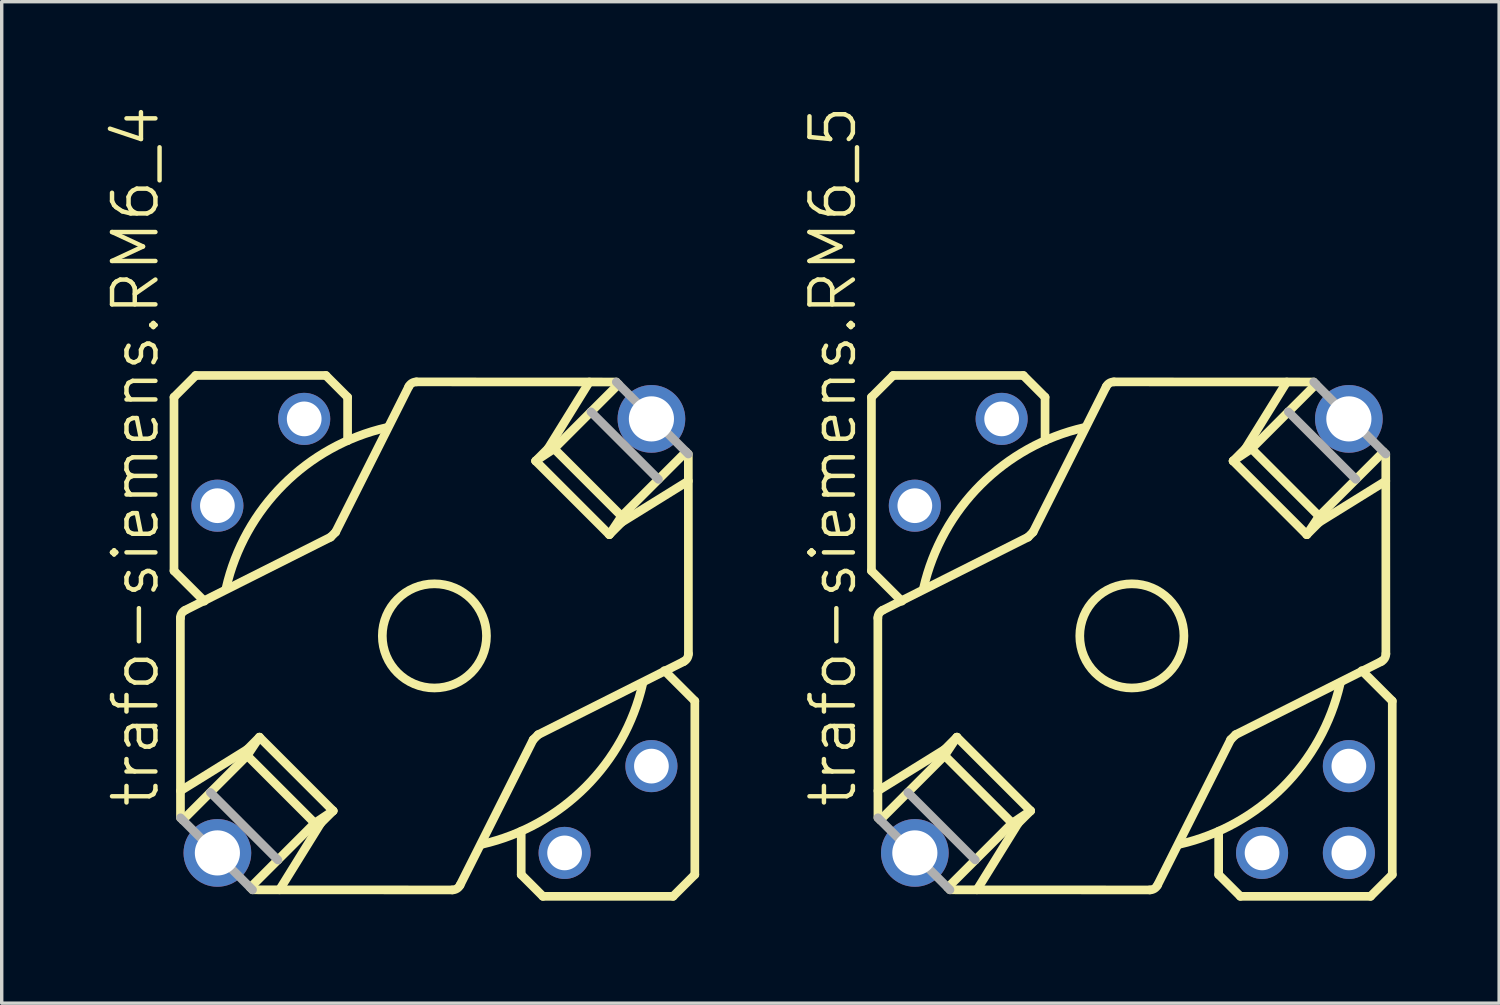
<source format=kicad_pcb>
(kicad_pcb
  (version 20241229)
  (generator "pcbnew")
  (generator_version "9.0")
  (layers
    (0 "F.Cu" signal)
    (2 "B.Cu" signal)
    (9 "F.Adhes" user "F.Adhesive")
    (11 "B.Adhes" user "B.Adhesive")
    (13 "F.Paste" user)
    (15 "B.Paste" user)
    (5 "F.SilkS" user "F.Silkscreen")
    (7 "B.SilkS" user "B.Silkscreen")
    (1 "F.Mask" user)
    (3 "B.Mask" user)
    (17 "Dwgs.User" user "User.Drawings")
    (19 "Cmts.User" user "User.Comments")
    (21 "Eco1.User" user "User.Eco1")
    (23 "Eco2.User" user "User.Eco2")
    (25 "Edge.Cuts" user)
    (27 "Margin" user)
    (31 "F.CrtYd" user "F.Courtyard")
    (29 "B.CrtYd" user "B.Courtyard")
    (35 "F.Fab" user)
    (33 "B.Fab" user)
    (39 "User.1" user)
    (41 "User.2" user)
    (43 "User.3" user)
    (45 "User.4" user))
  (footprint "trafo-siemens.RM6_4"
    (layer "F.Cu")
    (at 9.661 15.557)
    (property "Reference" "trafo-siemens.RM6_4" (at -8.001 5.08 90) (layer "F.SilkS") (effects (font (size 1.27 1.27) (thickness 0.13)) (justify left bottom)))
    (attr through_hole)
    (fp_line (start -7.62 -6.985) (end -6.985 -7.62) (stroke (width 0.254) (type default)) (layer "F.SilkS"))
    (fp_line (start -7.62 -1.905) (end -7.62 -6.985) (stroke (width 0.254) (type default)) (layer "F.SilkS"))
    (fp_line (start -7.62 -1.905) (end -6.731 -1.016) (stroke (width 0.254) (type default)) (layer "F.SilkS"))
    (fp_line (start -7.43 4.533) (end -5.478 3.323) (stroke (width 0.254) (type default)) (layer "F.SilkS"))
    (fp_line (start -7.43 5.322) (end -7.433 -0.524) (stroke (width 0.254) (type default)) (layer "F.SilkS"))
    (fp_line (start -7.293 -0.751) (end -3.037 -2.89) (stroke (width 0.254) (type default)) (layer "F.SilkS"))
    (fp_line (start -6.985 -7.62) (end -3.175 -7.62) (stroke (width 0.254) (type default)) (layer "F.SilkS"))
    (fp_line (start -5.478 3.502) (end -7.364 5.388) (stroke (width 0.254) (type default)) (layer "F.SilkS"))
    (fp_line (start -5.478 3.502) (end -5.119 2.963) (stroke (width 0.254) (type default)) (layer "F.SilkS"))
    (fp_line (start -5.478 3.502) (end -3.502 5.478) (stroke (width 0.254) (type default)) (layer "F.SilkS"))
    (fp_line (start -5.322 7.43) (end 0.524 7.433) (stroke (width 0.254) (type default)) (layer "F.SilkS"))
    (fp_line (start -5.119 2.963) (end -5.478 3.323) (stroke (width 0.254) (type default)) (layer "F.SilkS"))
    (fp_line (start -4.58 6.556) (end -5.388 7.364) (stroke (width 0.254) (type default)) (layer "F.SilkS"))
    (fp_line (start -4.533 7.43) (end -3.323 5.478) (stroke (width 0.254) (type default)) (layer "F.SilkS"))
    (fp_line (start -3.502 5.478) (end -4.58 6.556) (stroke (width 0.254) (type default)) (layer "F.SilkS"))
    (fp_line (start -3.502 5.478) (end -2.963 5.119) (stroke (width 0.254) (type default)) (layer "F.SilkS"))
    (fp_line (start -3.175 -7.62) (end -2.54 -6.985) (stroke (width 0.254) (type default)) (layer "F.SilkS"))
    (fp_line (start -3.037 -2.89) (end -2.89 -3.037) (stroke (width 0.254) (type default)) (layer "F.SilkS"))
    (fp_line (start -2.963 5.119) (end -5.119 2.963) (stroke (width 0.254) (type default)) (layer "F.SilkS"))
    (fp_line (start -2.963 5.119) (end -3.323 5.478) (stroke (width 0.254) (type default)) (layer "F.SilkS"))
    (fp_line (start -2.89 -3.037) (end -0.751 -7.293) (stroke (width 0.254) (type default)) (layer "F.SilkS"))
    (fp_line (start -2.54 -6.985) (end -2.54 -5.715) (stroke (width 0.254) (type default)) (layer "F.SilkS"))
    (fp_line (start -0.524 -7.433) (end 5.322 -7.43) (stroke (width 0.254) (type default)) (layer "F.SilkS"))
    (fp_line (start 0.751 7.293) (end 2.89 3.037) (stroke (width 0.254) (type default)) (layer "F.SilkS"))
    (fp_line (start 2.54 6.985) (end 2.54 5.715) (stroke (width 0.254) (type default)) (layer "F.SilkS"))
    (fp_line (start 2.89 3.037) (end 3.037 2.89) (stroke (width 0.254) (type default)) (layer "F.SilkS"))
    (fp_line (start 2.963 -5.119) (end 3.323 -5.478) (stroke (width 0.254) (type default)) (layer "F.SilkS"))
    (fp_line (start 3.037 2.89) (end 7.293 0.751) (stroke (width 0.254) (type default)) (layer "F.SilkS"))
    (fp_line (start 3.175 7.62) (end 2.54 6.985) (stroke (width 0.254) (type default)) (layer "F.SilkS"))
    (fp_line (start 3.502 -5.478) (end 2.963 -5.119) (stroke (width 0.254) (type default)) (layer "F.SilkS"))
    (fp_line (start 3.502 -5.478) (end 4.58 -6.556) (stroke (width 0.254) (type default)) (layer "F.SilkS"))
    (fp_line (start 3.502 -5.478) (end 5.478 -3.502) (stroke (width 0.254) (type default)) (layer "F.SilkS"))
    (fp_line (start 4.533 -7.43) (end 3.323 -5.478) (stroke (width 0.254) (type default)) (layer "F.SilkS"))
    (fp_line (start 4.58 -6.556) (end 5.388 -7.364) (stroke (width 0.254) (type default)) (layer "F.SilkS"))
    (fp_line (start 5.119 -2.963) (end 2.963 -5.119) (stroke (width 0.254) (type default)) (layer "F.SilkS"))
    (fp_line (start 5.119 -2.963) (end 5.478 -3.323) (stroke (width 0.254) (type default)) (layer "F.SilkS"))
    (fp_line (start 5.478 -3.502) (end 5.119 -2.963) (stroke (width 0.254) (type default)) (layer "F.SilkS"))
    (fp_line (start 5.478 -3.502) (end 7.364 -5.388) (stroke (width 0.254) (type default)) (layer "F.SilkS"))
    (fp_line (start 6.985 7.62) (end 3.175 7.62) (stroke (width 0.254) (type default)) (layer "F.SilkS"))
    (fp_line (start 7.43 -4.533) (end 5.478 -3.323) (stroke (width 0.254) (type default)) (layer "F.SilkS"))
    (fp_line (start 7.433 0.524) (end 7.43 -5.322) (stroke (width 0.254) (type default)) (layer "F.SilkS"))
    (fp_line (start 7.62 1.905) (end 6.731 1.016) (stroke (width 0.254) (type default)) (layer "F.SilkS"))
    (fp_line (start 7.62 1.905) (end 7.62 6.985) (stroke (width 0.254) (type default)) (layer "F.SilkS"))
    (fp_line (start 7.62 6.985) (end 6.985 7.62) (stroke (width 0.254) (type default)) (layer "F.SilkS"))
    (fp_arc (start -7.4326 -0.5243) (mid -7.394802 -0.657701) (end -7.2926 -0.7514) (stroke (width 0.254) (type default)) (layer "F.SilkS"))
    (fp_arc (start -6.096 -1.397) (mid -4.422263 -4.422263) (end -1.397 -6.096) (stroke (width 0.254) (type default)) (layer "F.SilkS"))
    (fp_arc (start -0.7514 -7.2926) (mid -0.65773 -7.394902) (end -0.5243 -7.4328) (stroke (width 0.254) (type default)) (layer "F.SilkS"))
    (fp_arc (start 0.7513 7.2926) (mid 0.657653 7.39479) (end 0.5243 7.4326) (stroke (width 0.254) (type default)) (layer "F.SilkS"))
    (fp_arc (start 6.096 1.397) (mid 4.422263 4.422263) (end 1.397 6.096) (stroke (width 0.254) (type default)) (layer "F.SilkS"))
    (fp_arc (start 7.4327 0.5243) (mid 7.394844 0.657711) (end 7.2926 0.7514) (stroke (width 0.254) (type default)) (layer "F.SilkS"))
    (fp_circle (center 0 0) (end 1.524 0) (stroke (width 0.254) (type default)) (fill no) (layer "F.SilkS"))
    (fp_line (start -7.43 5.322) (end -5.322 7.43) (stroke (width 0.254) (type default)) (layer "F.Fab"))
    (fp_line (start -4.58 6.556) (end -6.556 4.58) (stroke (width 0.254) (type default)) (layer "F.Fab"))
    (fp_line (start 5.322 -7.43) (end 7.43 -5.322) (stroke (width 0.254) (type default)) (layer "F.Fab"))
    (fp_line (start 6.556 -4.58) (end 4.58 -6.556) (stroke (width 0.254) (type default)) (layer "F.Fab"))
    (pad "2" thru_hole circle (at 6.35 3.81) (size 1.524 1.524) (drill 1.016) (layers "*.Cu" "*.Mask"))
    (pad "3" thru_hole circle (at -3.81 -6.35) (size 1.524 1.524) (drill 1.016) (layers "*.Cu" "*.Mask"))
    (pad "5" thru_hole circle (at -6.35 -3.81) (size 1.524 1.524) (drill 1.016) (layers "*.Cu" "*.Mask"))
    (pad "6" thru_hole circle (at 3.81 6.35) (size 1.524 1.524) (drill 1.016) (layers "*.Cu" "*.Mask"))
    (pad "M" thru_hole circle (at -6.35 6.35) (size 1.981 1.981) (drill 1.321) (layers "*.Cu" "*.Mask"))
    (pad "M1" thru_hole circle (at 6.35 -6.35) (size 1.981 1.981) (drill 1.321) (layers "*.Cu" "*.Mask")))
  (footprint "trafo-siemens.RM6_5"
    (layer "F.Cu")
    (at 30.069 15.557)
    (property "Reference" "trafo-siemens.RM6_5" (at -8.001 5.08 90) (layer "F.SilkS") (effects (font (size 1.27 1.27) (thickness 0.13)) (justify left bottom)))
    (attr through_hole)
    (fp_line (start -7.62 -6.985) (end -6.985 -7.62) (stroke (width 0.254) (type default)) (layer "F.SilkS"))
    (fp_line (start -7.62 -1.905) (end -7.62 -6.985) (stroke (width 0.254) (type default)) (layer "F.SilkS"))
    (fp_line (start -7.62 -1.905) (end -6.731 -1.016) (stroke (width 0.254) (type default)) (layer "F.SilkS"))
    (fp_line (start -7.43 4.533) (end -5.478 3.323) (stroke (width 0.254) (type default)) (layer "F.SilkS"))
    (fp_line (start -7.43 5.322) (end -7.433 -0.524) (stroke (width 0.254) (type default)) (layer "F.SilkS"))
    (fp_line (start -7.293 -0.751) (end -3.037 -2.89) (stroke (width 0.254) (type default)) (layer "F.SilkS"))
    (fp_line (start -6.985 -7.62) (end -3.175 -7.62) (stroke (width 0.254) (type default)) (layer "F.SilkS"))
    (fp_line (start -5.478 3.502) (end -7.364 5.388) (stroke (width 0.254) (type default)) (layer "F.SilkS"))
    (fp_line (start -5.478 3.502) (end -5.119 2.963) (stroke (width 0.254) (type default)) (layer "F.SilkS"))
    (fp_line (start -5.478 3.502) (end -3.502 5.478) (stroke (width 0.254) (type default)) (layer "F.SilkS"))
    (fp_line (start -5.322 7.43) (end 0.524 7.433) (stroke (width 0.254) (type default)) (layer "F.SilkS"))
    (fp_line (start -5.119 2.963) (end -5.478 3.323) (stroke (width 0.254) (type default)) (layer "F.SilkS"))
    (fp_line (start -4.58 6.556) (end -5.388 7.364) (stroke (width 0.254) (type default)) (layer "F.SilkS"))
    (fp_line (start -4.533 7.43) (end -3.323 5.478) (stroke (width 0.254) (type default)) (layer "F.SilkS"))
    (fp_line (start -3.502 5.478) (end -4.58 6.556) (stroke (width 0.254) (type default)) (layer "F.SilkS"))
    (fp_line (start -3.502 5.478) (end -2.963 5.119) (stroke (width 0.254) (type default)) (layer "F.SilkS"))
    (fp_line (start -3.175 -7.62) (end -2.54 -6.985) (stroke (width 0.254) (type default)) (layer "F.SilkS"))
    (fp_line (start -3.037 -2.89) (end -2.89 -3.037) (stroke (width 0.254) (type default)) (layer "F.SilkS"))
    (fp_line (start -2.963 5.119) (end -5.119 2.963) (stroke (width 0.254) (type default)) (layer "F.SilkS"))
    (fp_line (start -2.963 5.119) (end -3.323 5.478) (stroke (width 0.254) (type default)) (layer "F.SilkS"))
    (fp_line (start -2.89 -3.037) (end -0.751 -7.293) (stroke (width 0.254) (type default)) (layer "F.SilkS"))
    (fp_line (start -2.54 -6.985) (end -2.54 -5.715) (stroke (width 0.254) (type default)) (layer "F.SilkS"))
    (fp_line (start -0.524 -7.433) (end 5.322 -7.43) (stroke (width 0.254) (type default)) (layer "F.SilkS"))
    (fp_line (start 0.751 7.293) (end 2.89 3.037) (stroke (width 0.254) (type default)) (layer "F.SilkS"))
    (fp_line (start 2.54 6.985) (end 2.54 5.715) (stroke (width 0.254) (type default)) (layer "F.SilkS"))
    (fp_line (start 2.89 3.037) (end 3.037 2.89) (stroke (width 0.254) (type default)) (layer "F.SilkS"))
    (fp_line (start 2.963 -5.119) (end 3.323 -5.478) (stroke (width 0.254) (type default)) (layer "F.SilkS"))
    (fp_line (start 3.037 2.89) (end 7.293 0.751) (stroke (width 0.254) (type default)) (layer "F.SilkS"))
    (fp_line (start 3.175 7.62) (end 2.54 6.985) (stroke (width 0.254) (type default)) (layer "F.SilkS"))
    (fp_line (start 3.502 -5.478) (end 2.963 -5.119) (stroke (width 0.254) (type default)) (layer "F.SilkS"))
    (fp_line (start 3.502 -5.478) (end 4.58 -6.556) (stroke (width 0.254) (type default)) (layer "F.SilkS"))
    (fp_line (start 3.502 -5.478) (end 5.478 -3.502) (stroke (width 0.254) (type default)) (layer "F.SilkS"))
    (fp_line (start 4.533 -7.43) (end 3.323 -5.478) (stroke (width 0.254) (type default)) (layer "F.SilkS"))
    (fp_line (start 4.58 -6.556) (end 5.388 -7.364) (stroke (width 0.254) (type default)) (layer "F.SilkS"))
    (fp_line (start 5.119 -2.963) (end 2.963 -5.119) (stroke (width 0.254) (type default)) (layer "F.SilkS"))
    (fp_line (start 5.119 -2.963) (end 5.478 -3.323) (stroke (width 0.254) (type default)) (layer "F.SilkS"))
    (fp_line (start 5.478 -3.502) (end 5.119 -2.963) (stroke (width 0.254) (type default)) (layer "F.SilkS"))
    (fp_line (start 5.478 -3.502) (end 7.364 -5.388) (stroke (width 0.254) (type default)) (layer "F.SilkS"))
    (fp_line (start 6.985 7.62) (end 3.175 7.62) (stroke (width 0.254) (type default)) (layer "F.SilkS"))
    (fp_line (start 7.43 -4.533) (end 5.478 -3.323) (stroke (width 0.254) (type default)) (layer "F.SilkS"))
    (fp_line (start 7.433 0.524) (end 7.43 -5.322) (stroke (width 0.254) (type default)) (layer "F.SilkS"))
    (fp_line (start 7.62 1.905) (end 6.731 1.016) (stroke (width 0.254) (type default)) (layer "F.SilkS"))
    (fp_line (start 7.62 1.905) (end 7.62 6.985) (stroke (width 0.254) (type default)) (layer "F.SilkS"))
    (fp_line (start 7.62 6.985) (end 6.985 7.62) (stroke (width 0.254) (type default)) (layer "F.SilkS"))
    (fp_arc (start -7.4326 -0.5243) (mid -7.394802 -0.657701) (end -7.2926 -0.7514) (stroke (width 0.254) (type default)) (layer "F.SilkS"))
    (fp_arc (start -6.096 -1.397) (mid -4.422263 -4.422263) (end -1.397 -6.096) (stroke (width 0.254) (type default)) (layer "F.SilkS"))
    (fp_arc (start -0.7514 -7.2926) (mid -0.65773 -7.394902) (end -0.5243 -7.4328) (stroke (width 0.254) (type default)) (layer "F.SilkS"))
    (fp_arc (start 0.7513 7.2926) (mid 0.657653 7.39479) (end 0.5243 7.4326) (stroke (width 0.254) (type default)) (layer "F.SilkS"))
    (fp_arc (start 6.096 1.397) (mid 4.422263 4.422263) (end 1.397 6.096) (stroke (width 0.254) (type default)) (layer "F.SilkS"))
    (fp_arc (start 7.4327 0.5243) (mid 7.394844 0.657711) (end 7.2926 0.7514) (stroke (width 0.254) (type default)) (layer "F.SilkS"))
    (fp_circle (center 0 0) (end 1.524 0) (stroke (width 0.254) (type default)) (fill no) (layer "F.SilkS"))
    (fp_line (start -7.43 5.322) (end -5.322 7.43) (stroke (width 0.254) (type default)) (layer "F.Fab"))
    (fp_line (start -4.58 6.556) (end -6.556 4.58) (stroke (width 0.254) (type default)) (layer "F.Fab"))
    (fp_line (start 5.322 -7.43) (end 7.43 -5.322) (stroke (width 0.254) (type default)) (layer "F.Fab"))
    (fp_line (start 6.556 -4.58) (end 4.58 -6.556) (stroke (width 0.254) (type default)) (layer "F.Fab"))
    (pad "1" thru_hole circle (at 6.35 6.35) (size 1.524 1.524) (drill 1.016) (layers "*.Cu" "*.Mask"))
    (pad "2" thru_hole circle (at 6.35 3.81) (size 1.524 1.524) (drill 1.016) (layers "*.Cu" "*.Mask"))
    (pad "3" thru_hole circle (at -3.81 -6.35) (size 1.524 1.524) (drill 1.016) (layers "*.Cu" "*.Mask"))
    (pad "5" thru_hole circle (at -6.35 -3.81) (size 1.524 1.524) (drill 1.016) (layers "*.Cu" "*.Mask"))
    (pad "6" thru_hole circle (at 3.81 6.35) (size 1.524 1.524) (drill 1.016) (layers "*.Cu" "*.Mask"))
    (pad "M" thru_hole circle (at -6.35 6.35) (size 1.981 1.981) (drill 1.321) (layers "*.Cu" "*.Mask"))
    (pad "M1" thru_hole circle (at 6.35 -6.35) (size 1.981 1.981) (drill 1.321) (layers "*.Cu" "*.Mask")))
  (gr_rect
    (start -3 -3)
    (end 40.816 26.304)
    (stroke (width 0.1) (type default))
    (fill no)
    (layer "Edge.Cuts")))
</source>
